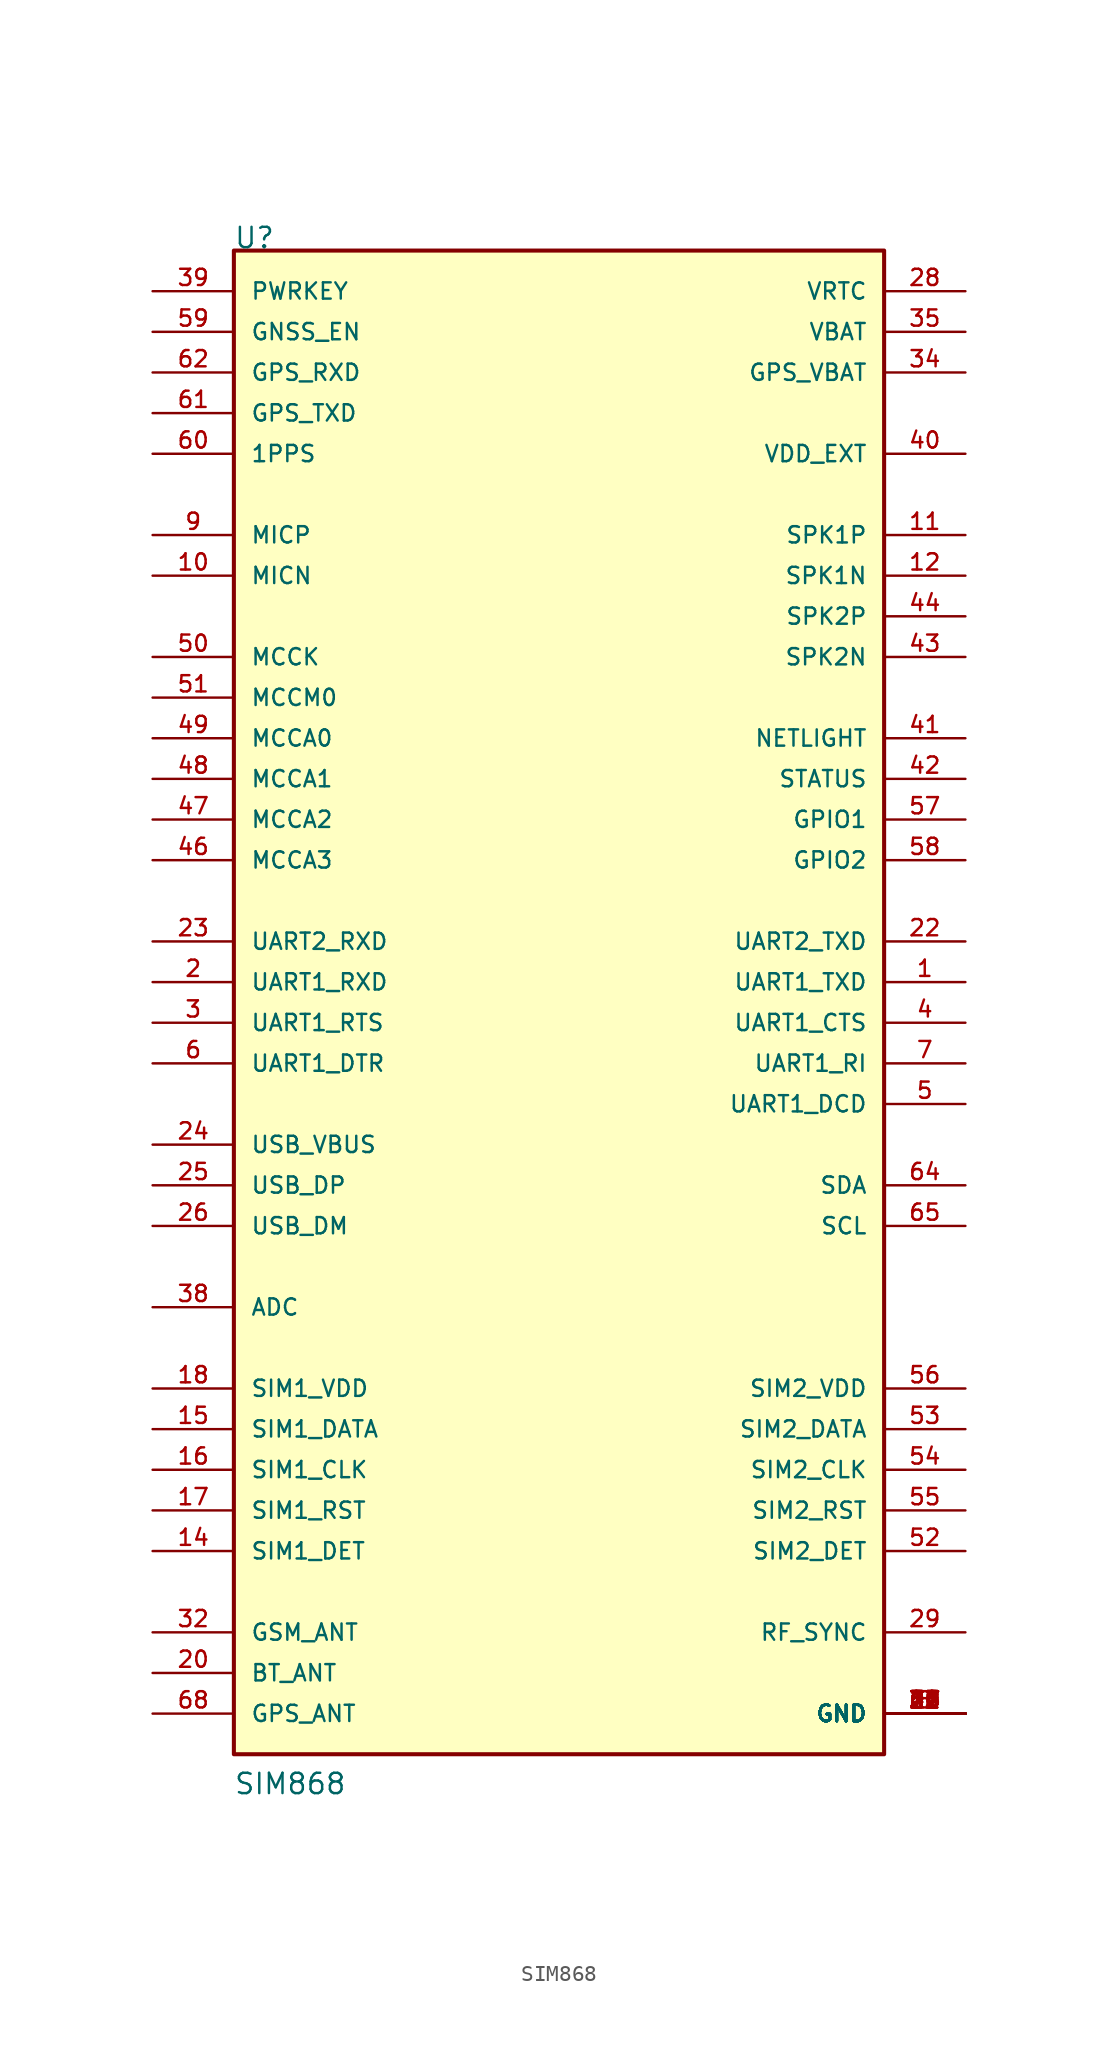
<source format=kicad_sym>
(kicad_symbol_lib
  (version 20211014)
  (generator kicad_symbol_editor)
  (symbol "SIM868"
    (pin_names
      (offset 1.016))
    (property "Reference" "U"
      (at -20.345 45.771 0)
      (effects (font (size 1.27 1.27)) (justify left bottom)))
    (property "Value" "SIM868"
      (at -20.345 -50.851 0)
      (effects (font (size 1.27 1.27)) (justify left bottom)))
    (property "ki_locked" ""
      (at 0 0 0)
      (effects (font (size 1.27 1.27))))
    (symbol "SIM868_0_0"
      (rectangle (start -20.32 -48.26) (end 20.32 45.72) (stroke (width 0.254) (type default) (color 0 0 0 0)) (fill (type background)))
      (pin output line (at 25.4 0 180) (length 5.08) (name "UART1_TXD" (effects (font (size 1.016 1.016)))) (number "1" (effects (font (size 1.016 1.016)))))
      (pin input line (at -25.4 25.4 0) (length 5.08) (name "MICN" (effects (font (size 1.016 1.016)))) (number "10" (effects (font (size 1.016 1.016)))))
      (pin output line (at 25.4 27.94 180) (length 5.08) (name "SPK1P" (effects (font (size 1.016 1.016)))) (number "11" (effects (font (size 1.016 1.016)))))
      (pin output line (at 25.4 25.4 180) (length 5.08) (name "SPK1N" (effects (font (size 1.016 1.016)))) (number "12" (effects (font (size 1.016 1.016)))))
      (pin power_in line (at 25.4 -45.72 180) (length 5.08) (name "GND" (effects (font (size 1.016 1.016)))) (number "13" (effects (font (size 1.016 1.016)))))
      (pin input line (at -25.4 -35.56 0) (length 5.08) (name "SIM1_DET" (effects (font (size 1.016 1.016)))) (number "14" (effects (font (size 1.016 1.016)))))
      (pin bidirectional line (at -25.4 -27.94 0) (length 5.08) (name "SIM1_DATA" (effects (font (size 1.016 1.016)))) (number "15" (effects (font (size 1.016 1.016)))))
      (pin output line (at -25.4 -30.48 0) (length 5.08) (name "SIM1_CLK" (effects (font (size 1.016 1.016)))) (number "16" (effects (font (size 1.016 1.016)))))
      (pin output line (at -25.4 -33.02 0) (length 5.08) (name "SIM1_RST" (effects (font (size 1.016 1.016)))) (number "17" (effects (font (size 1.016 1.016)))))
      (pin output line (at -25.4 -25.4 0) (length 5.08) (name "SIM1_VDD" (effects (font (size 1.016 1.016)))) (number "18" (effects (font (size 1.016 1.016)))))
      (pin power_in line (at 25.4 -45.72 180) (length 5.08) (name "GND" (effects (font (size 1.016 1.016)))) (number "19" (effects (font (size 1.016 1.016)))))
      (pin input line (at -25.4 0 0) (length 5.08) (name "UART1_RXD" (effects (font (size 1.016 1.016)))) (number "2" (effects (font (size 1.016 1.016)))))
      (pin bidirectional line (at -25.4 -43.18 0) (length 5.08) (name "BT_ANT" (effects (font (size 1.016 1.016)))) (number "20" (effects (font (size 1.016 1.016)))))
      (pin power_in line (at 25.4 -45.72 180) (length 5.08) (name "GND" (effects (font (size 1.016 1.016)))) (number "21" (effects (font (size 1.016 1.016)))))
      (pin output line (at 25.4 2.54 180) (length 5.08) (name "UART2_TXD" (effects (font (size 1.016 1.016)))) (number "22" (effects (font (size 1.016 1.016)))))
      (pin input line (at -25.4 2.54 0) (length 5.08) (name "UART2_RXD" (effects (font (size 1.016 1.016)))) (number "23" (effects (font (size 1.016 1.016)))))
      (pin input line (at -25.4 -10.16 0) (length 5.08) (name "USB_VBUS" (effects (font (size 1.016 1.016)))) (number "24" (effects (font (size 1.016 1.016)))))
      (pin bidirectional line (at -25.4 -12.7 0) (length 5.08) (name "USB_DP" (effects (font (size 1.016 1.016)))) (number "25" (effects (font (size 1.016 1.016)))))
      (pin bidirectional line (at -25.4 -15.24 0) (length 5.08) (name "USB_DM" (effects (font (size 1.016 1.016)))) (number "26" (effects (font (size 1.016 1.016)))))
      (pin power_in line (at 25.4 -45.72 180) (length 5.08) (name "GND" (effects (font (size 1.016 1.016)))) (number "27" (effects (font (size 1.016 1.016)))))
      (pin power_in line (at 25.4 43.18 180) (length 5.08) (name "VRTC" (effects (font (size 1.016 1.016)))) (number "28" (effects (font (size 1.016 1.016)))))
      (pin output line (at 25.4 -40.64 180) (length 5.08) (name "RF_SYNC" (effects (font (size 1.016 1.016)))) (number "29" (effects (font (size 1.016 1.016)))))
      (pin input line (at -25.4 -2.54 0) (length 5.08) (name "UART1_RTS" (effects (font (size 1.016 1.016)))) (number "3" (effects (font (size 1.016 1.016)))))
      (pin power_in line (at 25.4 -45.72 180) (length 5.08) (name "GND" (effects (font (size 1.016 1.016)))) (number "30" (effects (font (size 1.016 1.016)))))
      (pin power_in line (at 25.4 -45.72 180) (length 5.08) (name "GND" (effects (font (size 1.016 1.016)))) (number "31" (effects (font (size 1.016 1.016)))))
      (pin bidirectional line (at -25.4 -40.64 0) (length 5.08) (name "GSM_ANT" (effects (font (size 1.016 1.016)))) (number "32" (effects (font (size 1.016 1.016)))))
      (pin power_in line (at 25.4 -45.72 180) (length 5.08) (name "GND" (effects (font (size 1.016 1.016)))) (number "33" (effects (font (size 1.016 1.016)))))
      (pin power_in line (at 25.4 38.1 180) (length 5.08) (name "GPS_VBAT" (effects (font (size 1.016 1.016)))) (number "34" (effects (font (size 1.016 1.016)))))
      (pin power_in line (at 25.4 40.64 180) (length 5.08) (name "VBAT" (effects (font (size 1.016 1.016)))) (number "35" (effects (font (size 1.016 1.016)))))
      (pin power_in line (at 25.4 -45.72 180) (length 5.08) (name "GND" (effects (font (size 1.016 1.016)))) (number "36" (effects (font (size 1.016 1.016)))))
      (pin power_in line (at 25.4 -45.72 180) (length 5.08) (name "GND" (effects (font (size 1.016 1.016)))) (number "37" (effects (font (size 1.016 1.016)))))
      (pin input line (at -25.4 -20.32 0) (length 5.08) (name "ADC" (effects (font (size 1.016 1.016)))) (number "38" (effects (font (size 1.016 1.016)))))
      (pin input line (at -25.4 43.18 0) (length 5.08) (name "PWRKEY" (effects (font (size 1.016 1.016)))) (number "39" (effects (font (size 1.016 1.016)))))
      (pin output line (at 25.4 -2.54 180) (length 5.08) (name "UART1_CTS" (effects (font (size 1.016 1.016)))) (number "4" (effects (font (size 1.016 1.016)))))
      (pin output line (at 25.4 33.02 180) (length 5.08) (name "VDD_EXT" (effects (font (size 1.016 1.016)))) (number "40" (effects (font (size 1.016 1.016)))))
      (pin output line (at 25.4 15.24 180) (length 5.08) (name "NETLIGHT" (effects (font (size 1.016 1.016)))) (number "41" (effects (font (size 1.016 1.016)))))
      (pin output line (at 25.4 12.7 180) (length 5.08) (name "STATUS" (effects (font (size 1.016 1.016)))) (number "42" (effects (font (size 1.016 1.016)))))
      (pin output line (at 25.4 20.32 180) (length 5.08) (name "SPK2N" (effects (font (size 1.016 1.016)))) (number "43" (effects (font (size 1.016 1.016)))))
      (pin output line (at 25.4 22.86 180) (length 5.08) (name "SPK2P" (effects (font (size 1.016 1.016)))) (number "44" (effects (font (size 1.016 1.016)))))
      (pin power_in line (at 25.4 -45.72 180) (length 5.08) (name "GND" (effects (font (size 1.016 1.016)))) (number "45" (effects (font (size 1.016 1.016)))))
      (pin bidirectional line (at -25.4 7.62 0) (length 5.08) (name "MCCA3" (effects (font (size 1.016 1.016)))) (number "46" (effects (font (size 1.016 1.016)))))
      (pin bidirectional line (at -25.4 10.16 0) (length 5.08) (name "MCCA2" (effects (font (size 1.016 1.016)))) (number "47" (effects (font (size 1.016 1.016)))))
      (pin bidirectional line (at -25.4 12.7 0) (length 5.08) (name "MCCA1" (effects (font (size 1.016 1.016)))) (number "48" (effects (font (size 1.016 1.016)))))
      (pin bidirectional line (at -25.4 15.24 0) (length 5.08) (name "MCCA0" (effects (font (size 1.016 1.016)))) (number "49" (effects (font (size 1.016 1.016)))))
      (pin output line (at 25.4 -7.62 180) (length 5.08) (name "UART1_DCD" (effects (font (size 1.016 1.016)))) (number "5" (effects (font (size 1.016 1.016)))))
      (pin bidirectional line (at -25.4 20.32 0) (length 5.08) (name "MCCK" (effects (font (size 1.016 1.016)))) (number "50" (effects (font (size 1.016 1.016)))))
      (pin bidirectional line (at -25.4 17.78 0) (length 5.08) (name "MCCM0" (effects (font (size 1.016 1.016)))) (number "51" (effects (font (size 1.016 1.016)))))
      (pin input line (at 25.4 -35.56 180) (length 5.08) (name "SIM2_DET" (effects (font (size 1.016 1.016)))) (number "52" (effects (font (size 1.016 1.016)))))
      (pin bidirectional line (at 25.4 -27.94 180) (length 5.08) (name "SIM2_DATA" (effects (font (size 1.016 1.016)))) (number "53" (effects (font (size 1.016 1.016)))))
      (pin output line (at 25.4 -30.48 180) (length 5.08) (name "SIM2_CLK" (effects (font (size 1.016 1.016)))) (number "54" (effects (font (size 1.016 1.016)))))
      (pin output line (at 25.4 -33.02 180) (length 5.08) (name "SIM2_RST" (effects (font (size 1.016 1.016)))) (number "55" (effects (font (size 1.016 1.016)))))
      (pin output line (at 25.4 -25.4 180) (length 5.08) (name "SIM2_VDD" (effects (font (size 1.016 1.016)))) (number "56" (effects (font (size 1.016 1.016)))))
      (pin bidirectional line (at 25.4 10.16 180) (length 5.08) (name "GPIO1" (effects (font (size 1.016 1.016)))) (number "57" (effects (font (size 1.016 1.016)))))
      (pin bidirectional line (at 25.4 7.62 180) (length 5.08) (name "GPIO2" (effects (font (size 1.016 1.016)))) (number "58" (effects (font (size 1.016 1.016)))))
      (pin input line (at -25.4 40.64 0) (length 5.08) (name "GNSS_EN" (effects (font (size 1.016 1.016)))) (number "59" (effects (font (size 1.016 1.016)))))
      (pin input line (at -25.4 -5.08 0) (length 5.08) (name "UART1_DTR" (effects (font (size 1.016 1.016)))) (number "6" (effects (font (size 1.016 1.016)))))
      (pin output line (at -25.4 33.02 0) (length 5.08) (name "1PPS" (effects (font (size 1.016 1.016)))) (number "60" (effects (font (size 1.016 1.016)))))
      (pin output line (at -25.4 35.56 0) (length 5.08) (name "GPS_TXD" (effects (font (size 1.016 1.016)))) (number "61" (effects (font (size 1.016 1.016)))))
      (pin input line (at -25.4 38.1 0) (length 5.08) (name "GPS_RXD" (effects (font (size 1.016 1.016)))) (number "62" (effects (font (size 1.016 1.016)))))
      (pin power_in line (at 25.4 -45.72 180) (length 5.08) (name "GND" (effects (font (size 1.016 1.016)))) (number "63" (effects (font (size 1.016 1.016)))))
      (pin bidirectional line (at 25.4 -12.7 180) (length 5.08) (name "SDA" (effects (font (size 1.016 1.016)))) (number "64" (effects (font (size 1.016 1.016)))))
      (pin output line (at 25.4 -15.24 180) (length 5.08) (name "SCL" (effects (font (size 1.016 1.016)))) (number "65" (effects (font (size 1.016 1.016)))))
      (pin power_in line (at 25.4 -45.72 180) (length 5.08) (name "GND" (effects (font (size 1.016 1.016)))) (number "66" (effects (font (size 1.016 1.016)))))
      (pin power_in line (at 25.4 -45.72 180) (length 5.08) (name "GND" (effects (font (size 1.016 1.016)))) (number "67" (effects (font (size 1.016 1.016)))))
      (pin input line (at -25.4 -45.72 0) (length 5.08) (name "GPS_ANT" (effects (font (size 1.016 1.016)))) (number "68" (effects (font (size 1.016 1.016)))))
      (pin power_in line (at 25.4 -45.72 180) (length 5.08) (name "GND" (effects (font (size 1.016 1.016)))) (number "69" (effects (font (size 1.016 1.016)))))
      (pin output line (at 25.4 -5.08 180) (length 5.08) (name "UART1_RI" (effects (font (size 1.016 1.016)))) (number "7" (effects (font (size 1.016 1.016)))))
      (pin power_in line (at 25.4 -45.72 180) (length 5.08) (name "GND" (effects (font (size 1.016 1.016)))) (number "70" (effects (font (size 1.016 1.016)))))
      (pin power_in line (at 25.4 -45.72 180) (length 5.08) (name "GND" (effects (font (size 1.016 1.016)))) (number "71" (effects (font (size 1.016 1.016)))))
      (pin power_in line (at 25.4 -45.72 180) (length 5.08) (name "GND" (effects (font (size 1.016 1.016)))) (number "72" (effects (font (size 1.016 1.016)))))
      (pin power_in line (at 25.4 -45.72 180) (length 5.08) (name "GND" (effects (font (size 1.016 1.016)))) (number "73" (effects (font (size 1.016 1.016)))))
      (pin power_in line (at 25.4 -45.72 180) (length 5.08) (name "GND" (effects (font (size 1.016 1.016)))) (number "74" (effects (font (size 1.016 1.016)))))
      (pin power_in line (at 25.4 -45.72 180) (length 5.08) (name "GND" (effects (font (size 1.016 1.016)))) (number "75" (effects (font (size 1.016 1.016)))))
      (pin power_in line (at 25.4 -45.72 180) (length 5.08) (name "GND" (effects (font (size 1.016 1.016)))) (number "76" (effects (font (size 1.016 1.016)))))
      (pin power_in line (at 25.4 -45.72 180) (length 5.08) (name "GND" (effects (font (size 1.016 1.016)))) (number "77" (effects (font (size 1.016 1.016)))))
      (pin power_in line (at 25.4 -45.72 180) (length 5.08) (name "GND" (effects (font (size 1.016 1.016)))) (number "8" (effects (font (size 1.016 1.016)))))
      (pin input line (at -25.4 27.94 0) (length 5.08) (name "MICP" (effects (font (size 1.016 1.016)))) (number "9" (effects (font (size 1.016 1.016))))))))
</source>
